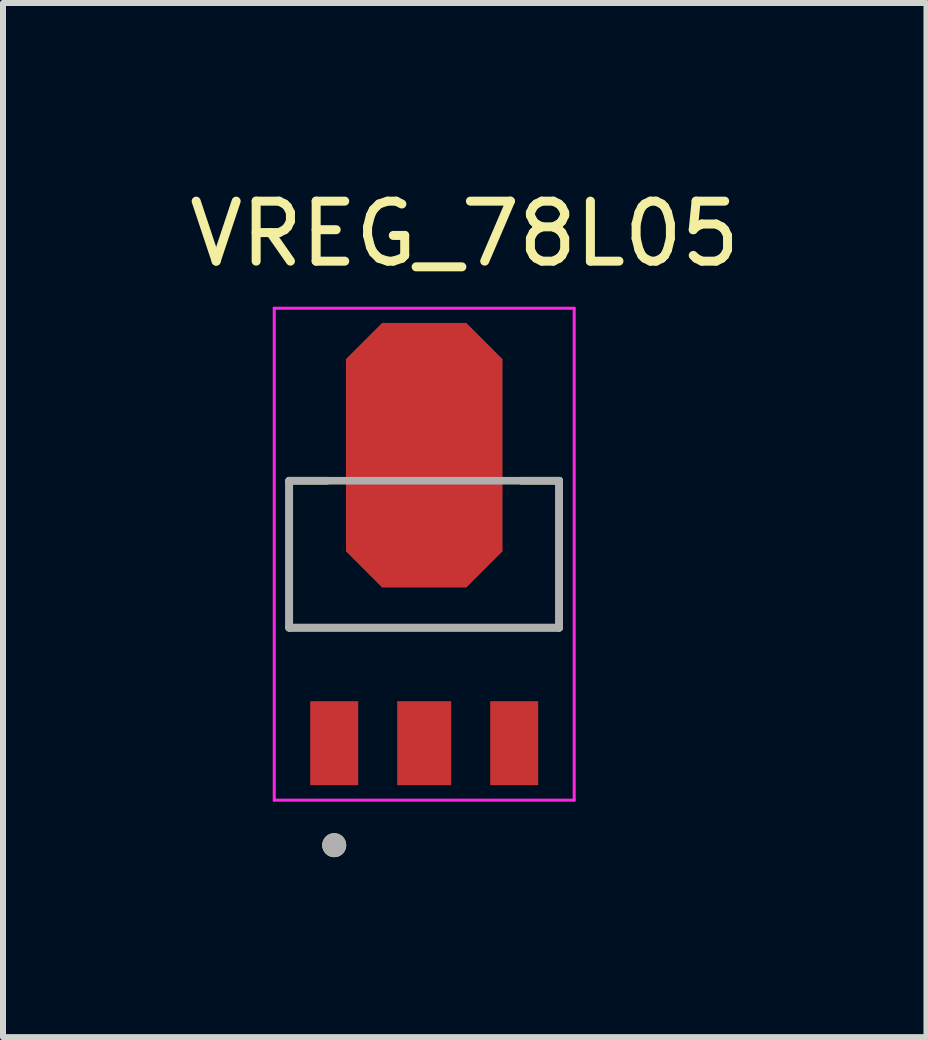
<source format=kicad_pcb>
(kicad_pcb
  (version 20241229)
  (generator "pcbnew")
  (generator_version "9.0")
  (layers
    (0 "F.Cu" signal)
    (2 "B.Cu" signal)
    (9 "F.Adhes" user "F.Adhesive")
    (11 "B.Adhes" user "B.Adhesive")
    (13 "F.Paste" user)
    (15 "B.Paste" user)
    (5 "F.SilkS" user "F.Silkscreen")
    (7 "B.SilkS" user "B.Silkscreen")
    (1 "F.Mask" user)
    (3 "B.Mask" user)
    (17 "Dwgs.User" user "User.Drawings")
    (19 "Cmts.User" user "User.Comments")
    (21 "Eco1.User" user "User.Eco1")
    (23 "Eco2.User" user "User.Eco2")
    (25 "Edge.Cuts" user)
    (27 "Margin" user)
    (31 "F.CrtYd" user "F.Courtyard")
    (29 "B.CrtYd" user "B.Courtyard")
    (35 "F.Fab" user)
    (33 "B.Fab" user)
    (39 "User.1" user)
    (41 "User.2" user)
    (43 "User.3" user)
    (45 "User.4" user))
  (footprint "VREG_78L05"
    (layer "F.Cu")
    (at 4.021 6.188)
    (property "Reference" "VREG_78L05" (at 0.675 -5.34 0) (layer "F.SilkS") (effects (font (size 1 1) (thickness 0.15))))
    (attr smd)
    (fp_poly (pts (xy -0.75 -3.95) (xy 0.75 -3.95) (xy 1.4 -3.3) (xy 1.4 0) (xy 0.75 0.65) (xy -0.75 0.65) (xy -1.4 0) (xy -1.4 -3.3)) (stroke (width 0.01) (type solid)) (fill yes) (layer "F.Mask"))
    (fp_line (start -2.25 -1.225) (end -1.62 -1.225) (stroke (width 0.127) (type solid)) (layer "F.SilkS"))
    (fp_line (start -2.25 1.225) (end -2.25 -1.225) (stroke (width 0.127) (type solid)) (layer "F.SilkS"))
    (fp_line (start 1.62 -1.225) (end 2.25 -1.225) (stroke (width 0.127) (type solid)) (layer "F.SilkS"))
    (fp_line (start 2.25 -1.225) (end 2.25 1.225) (stroke (width 0.127) (type solid)) (layer "F.SilkS"))
    (fp_line (start 2.25 1.225) (end -2.25 1.225) (stroke (width 0.127) (type solid)) (layer "F.SilkS"))
    (fp_circle (center -1.5 4.85) (end -1.4 4.85) (stroke (width 0.2) (type solid)) (fill no) (layer "F.SilkS"))
    (fp_poly (pts (xy -0.905 -3.455) (xy -0.195 -3.455) (xy -0.195 -1.845) (xy -0.905 -1.845)) (stroke (width 0.01) (type solid)) (fill yes) (layer "F.Paste"))
    (fp_poly (pts (xy -0.905 -1.455) (xy -0.195 -1.455) (xy -0.195 0.155) (xy -0.905 0.155)) (stroke (width 0.01) (type solid)) (fill yes) (layer "F.Paste"))
    (fp_poly (pts (xy 0.195 -3.455) (xy 0.905 -3.455) (xy 0.905 -1.845) (xy 0.195 -1.845)) (stroke (width 0.01) (type solid)) (fill yes) (layer "F.Paste"))
    (fp_poly (pts (xy 0.195 -1.455) (xy 0.905 -1.455) (xy 0.905 0.155) (xy 0.195 0.155)) (stroke (width 0.01) (type solid)) (fill yes) (layer "F.Paste"))
    (fp_line (start -2.5 -4.1) (end -2.5 4.1) (stroke (width 0.05) (type solid)) (layer "F.CrtYd"))
    (fp_line (start -2.5 4.1) (end 2.5 4.1) (stroke (width 0.05) (type solid)) (layer "F.CrtYd"))
    (fp_line (start 2.5 -4.1) (end -2.5 -4.1) (stroke (width 0.05) (type solid)) (layer "F.CrtYd"))
    (fp_line (start 2.5 4.1) (end 2.5 -4.1) (stroke (width 0.05) (type solid)) (layer "F.CrtYd"))
    (fp_line (start -2.25 -1.225) (end 2.25 -1.225) (stroke (width 0.127) (type solid)) (layer "F.Fab"))
    (fp_line (start -2.25 1.225) (end -2.25 -1.225) (stroke (width 0.127) (type solid)) (layer "F.Fab"))
    (fp_line (start 2.25 -1.225) (end 2.25 1.225) (stroke (width 0.127) (type solid)) (layer "F.Fab"))
    (fp_line (start 2.25 1.225) (end -2.25 1.225) (stroke (width 0.127) (type solid)) (layer "F.Fab"))
    (fp_circle (center -1.5 4.85) (end -1.4 4.85) (stroke (width 0.2) (type solid)) (fill no) (layer "F.Fab"))
    (pad "1" smd rect (at -1.5 3.15) (size 0.8 1.4) (layers "F.Cu" "F.Mask" "F.Paste"))
    (pad "2" smd rect (at 0 3.15) (size 0.9 1.4) (layers "F.Cu" "F.Mask" "F.Paste"))
    (pad "3" smd rect (at 1.5 3.15) (size 0.8 1.4) (layers "F.Cu" "F.Mask" "F.Paste"))
    (pad "4" smd custom (at 0 -1.65) (size 0.5 0.5) (layers "F.Cu") (options (anchor rect)) (primitives (gr_poly (pts (xy -0.7 -2.2) (xy 0.7 -2.2) (xy 1.3 -1.6) (xy 1.3 1.6) (xy 0.7 2.2) (xy -0.7 2.2) (xy -1.3 1.6) (xy -1.3 -1.6)) (width 0.01) (fill yes)))))
  (gr_rect
    (start -3 -3)
    (end 12.393 14.238)
    (stroke (width 0.1) (type default))
    (fill no)
    (layer "Edge.Cuts")))
</source>
